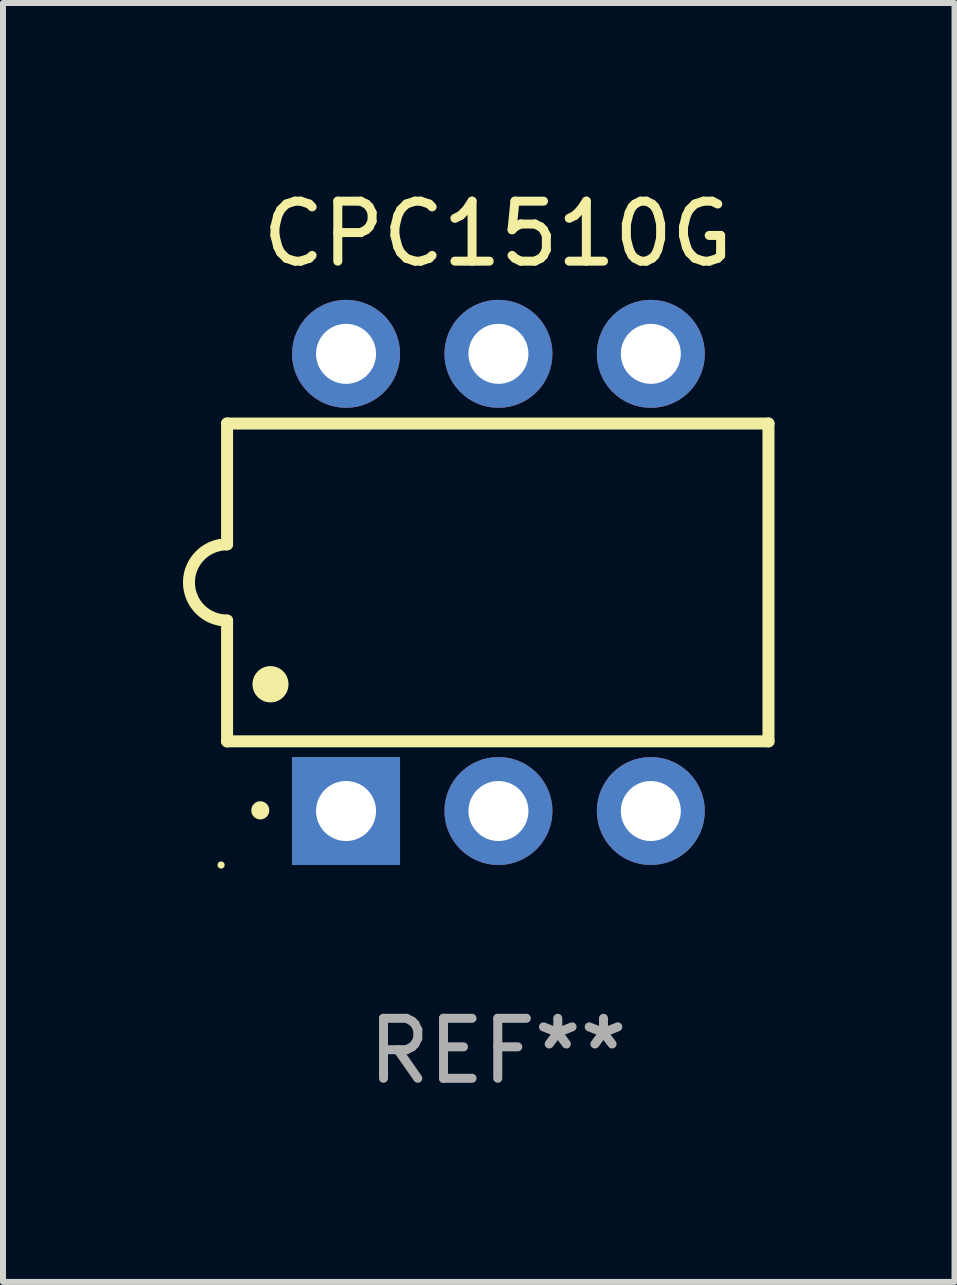
<source format=kicad_pcb>
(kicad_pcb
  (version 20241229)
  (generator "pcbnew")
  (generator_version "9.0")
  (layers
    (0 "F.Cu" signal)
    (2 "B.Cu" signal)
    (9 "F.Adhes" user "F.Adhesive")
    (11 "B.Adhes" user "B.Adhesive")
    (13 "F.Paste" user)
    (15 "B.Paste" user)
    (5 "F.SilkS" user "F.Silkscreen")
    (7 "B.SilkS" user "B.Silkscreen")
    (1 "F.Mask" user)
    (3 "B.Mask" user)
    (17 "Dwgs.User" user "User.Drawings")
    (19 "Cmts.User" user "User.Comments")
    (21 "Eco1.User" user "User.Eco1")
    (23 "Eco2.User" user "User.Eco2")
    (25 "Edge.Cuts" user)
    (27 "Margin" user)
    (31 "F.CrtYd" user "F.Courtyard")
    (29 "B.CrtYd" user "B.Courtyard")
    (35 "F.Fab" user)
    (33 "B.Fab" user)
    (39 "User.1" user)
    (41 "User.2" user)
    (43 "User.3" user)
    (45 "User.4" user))
  (footprint "CPC1510G"
    (layer "F.Cu")
    (at 5.247 6.658)
    (property "Reference" "CPC1510G" (at 0 -5.81 0) (layer "F.SilkS") (effects (font (size 1 1) (thickness 0.15))))
    (attr through_hole)
    (fp_line (start -4.512 -2.649) (end 4.512 -2.649) (stroke (width 0.2) (type solid)) (layer "F.SilkS"))
    (fp_line (start -4.512 -0.635) (end -4.512 -2.649) (stroke (width 0.2) (type solid)) (layer "F.SilkS"))
    (fp_line (start -4.512 2.649) (end -4.512 0.635) (stroke (width 0.2) (type solid)) (layer "F.SilkS"))
    (fp_line (start 4.512 -2.649) (end 4.512 2.649) (stroke (width 0.2) (type solid)) (layer "F.SilkS"))
    (fp_line (start 4.512 2.649) (end -4.512 2.649) (stroke (width 0.2) (type solid)) (layer "F.SilkS"))
    (fp_arc (start -4.512319 0.635001) (mid -5.14732 0) (end -4.512319 -0.635001) (stroke (width 0.2) (type solid)) (layer "F.SilkS"))
    (fp_arc (start -3.958598 3.799848) (mid -3.958603 3.798578) (end -3.958598 3.797308) (stroke (width 0.3) (type solid)) (layer "F.SilkS"))
    (fp_arc (start -3.788418 1.699263) (mid -3.788429 1.696723) (end -3.788418 1.694183) (stroke (width 0.6) (type solid)) (layer "F.SilkS"))
    (fp_circle (center -4.612 4.71) (end -4.582 4.71) (stroke (width 0.06) (type solid)) (fill no) (layer "F.SilkS"))
    (fp_text user "REF**" (at 0 7.81 0) (layer "F.Fab") (effects (font (size 1 1) (thickness 0.15))))
    (pad "1" thru_hole rect (at -2.529 3.81 90) (size 1.8 1.8) (drill 1) (layers "*.Cu" "*.Mask"))
    (pad "2" thru_hole circle (at 0.011 3.81) (size 1.8 1.8) (drill 1) (layers "*.Cu" "*.Mask"))
    (pad "3" thru_hole circle (at 2.551 3.81) (size 1.8 1.8) (drill 1) (layers "*.Cu" "*.Mask"))
    (pad "4" thru_hole circle (at 2.551 -3.81) (size 1.8 1.8) (drill 1) (layers "*.Cu" "*.Mask"))
    (pad "5" thru_hole circle (at 0.011 -3.81) (size 1.8 1.8) (drill 1) (layers "*.Cu" "*.Mask"))
    (pad "6" thru_hole circle (at -2.529 -3.81) (size 1.8 1.8) (drill 1) (layers "*.Cu" "*.Mask")))
  (gr_rect
    (start -3 -3)
    (end 12.86 18.317)
    (stroke (width 0.1) (type default))
    (fill no)
    (layer "Edge.Cuts")))
</source>
